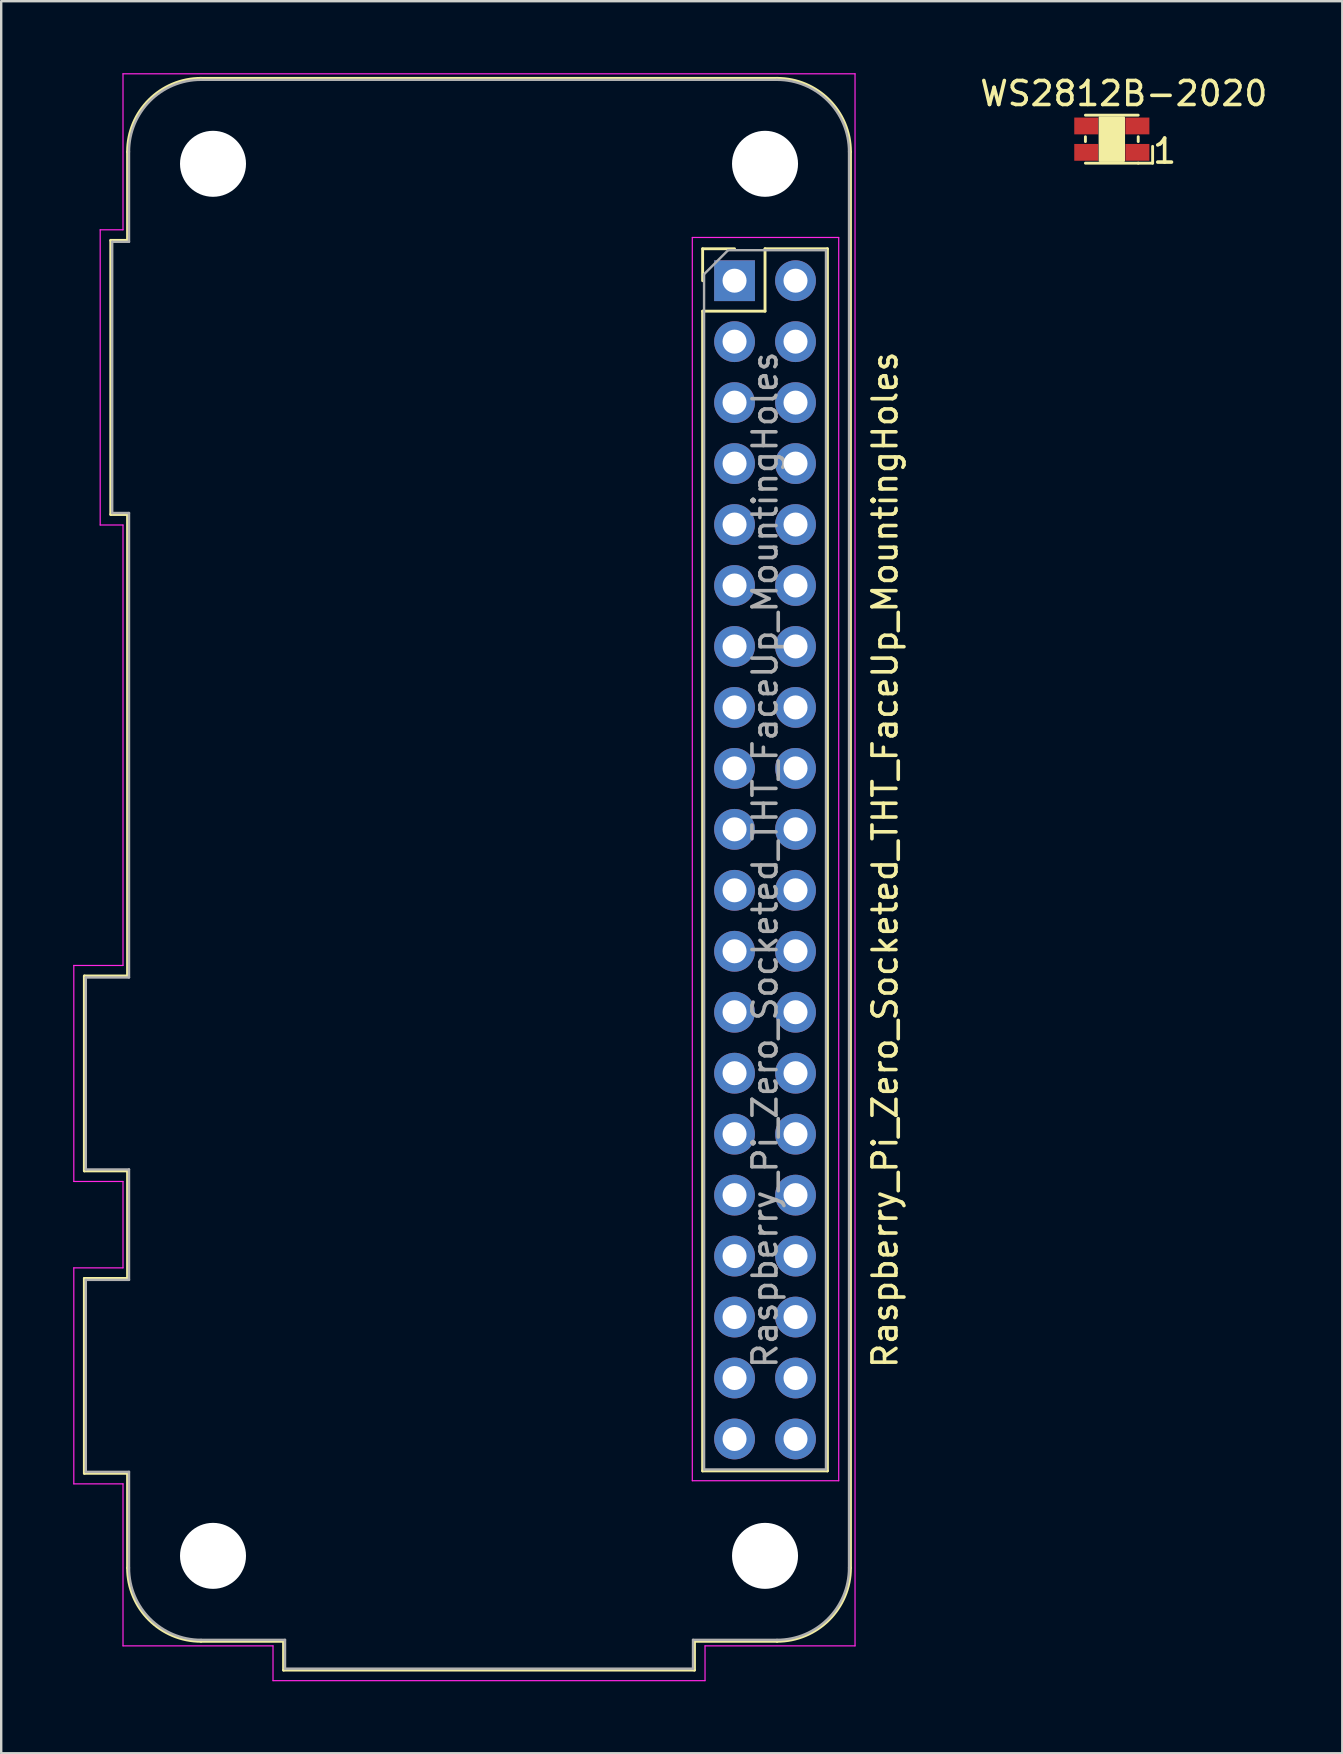
<source format=kicad_pcb>
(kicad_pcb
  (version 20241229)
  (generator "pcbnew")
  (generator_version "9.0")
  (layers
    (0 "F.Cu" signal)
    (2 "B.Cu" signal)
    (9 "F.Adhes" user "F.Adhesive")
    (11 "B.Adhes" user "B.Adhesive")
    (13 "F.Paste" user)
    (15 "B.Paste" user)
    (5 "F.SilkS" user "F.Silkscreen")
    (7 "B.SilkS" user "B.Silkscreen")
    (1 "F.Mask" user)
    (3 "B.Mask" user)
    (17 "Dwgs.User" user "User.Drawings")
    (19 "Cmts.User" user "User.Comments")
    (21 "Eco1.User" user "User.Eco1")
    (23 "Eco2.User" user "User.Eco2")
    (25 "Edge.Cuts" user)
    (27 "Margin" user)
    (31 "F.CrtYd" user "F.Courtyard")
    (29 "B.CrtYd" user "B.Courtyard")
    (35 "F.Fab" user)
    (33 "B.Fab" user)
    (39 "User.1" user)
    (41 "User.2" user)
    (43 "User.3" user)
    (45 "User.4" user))
  (footprint "WS2812B-2020"
    (layer "F.Cu")
    (at 43.274 2.748)
    (property "Reference" "WS2812B-2020" (at 0.5 -1.9 0) (layer "F.SilkS") (effects (font (size 1 1) (thickness 0.15))))
    (attr through_hole)
    (fp_line (start -1.1 -1) (end 1.1 -1) (stroke (width 0.12) (type solid)) (layer "F.SilkS"))
    (fp_line (start -1.1 0.1) (end -1.1 -0.1) (stroke (width 0.12) (type solid)) (layer "F.SilkS"))
    (fp_line (start 1.1 -0.1) (end 1.1 0.1) (stroke (width 0.12) (type solid)) (layer "F.SilkS"))
    (fp_line (start 1.1 1) (end -1.1 1) (stroke (width 0.12) (type solid)) (layer "F.SilkS"))
    (fp_line (start 1.1 1) (end 1.7 1) (stroke (width 0.12) (type solid)) (layer "F.SilkS"))
    (fp_line (start 1.7 1) (end 1.7 0.3) (stroke (width 0.12) (type solid)) (layer "F.SilkS"))
    (fp_poly (pts (xy 0.5 0.9) (xy -0.5 0.9) (xy -0.5 -0.9) (xy 0.5 -0.9)) (stroke (width 0.1) (type solid)) (fill yes) (layer "F.SilkS"))
    (fp_text user "1" (at 2.2 0.5 0) (layer "F.SilkS") (effects (font (size 1 1) (thickness 0.15))))
    (pad "1" smd rect (at 1.065 0.55) (size 1 0.7) (layers "F.Cu" "F.Mask" "F.Paste"))
    (pad "2" smd rect (at 1.065 -0.55) (size 1 0.7) (layers "F.Cu" "F.Mask" "F.Paste"))
    (pad "3" smd rect (at -1.065 -0.55) (size 1 0.7) (layers "F.Cu" "F.Mask" "F.Paste"))
    (pad "4" smd rect (at -1.065 0.55) (size 1 0.7) (layers "F.Cu" "F.Mask" "F.Paste")))
  (footprint "Raspberry_Pi_Zero_Socketed_THT_FaceUp_MountingHoles"
    (layer "F.Cu")
    (at 27.555 8.645)
    (property "Reference" "Raspberry_Pi_Zero_Socketed_THT_FaceUp_MountingHoles" (at 6.27 24.13 90) (layer "F.SilkS") (effects (font (size 1 1) (thickness 0.15))))
    (attr through_hole)
    (fp_line (start -27.09 28.97) (end -25.29 28.97) (stroke (width 0.12) (type solid)) (layer "F.SilkS"))
    (fp_line (start -27.09 37.09) (end -27.09 28.97) (stroke (width 0.12) (type solid)) (layer "F.SilkS"))
    (fp_line (start -27.09 41.57) (end -25.29 41.57) (stroke (width 0.12) (type solid)) (layer "F.SilkS"))
    (fp_line (start -27.09 49.69) (end -27.09 41.57) (stroke (width 0.12) (type solid)) (layer "F.SilkS"))
    (fp_line (start -25.99 -1.68) (end -25.29 -1.68) (stroke (width 0.12) (type solid)) (layer "F.SilkS"))
    (fp_line (start -25.99 9.74) (end -25.99 -1.68) (stroke (width 0.12) (type solid)) (layer "F.SilkS"))
    (fp_line (start -25.29 -1.68) (end -25.29 -5.37) (stroke (width 0.12) (type solid)) (layer "F.SilkS"))
    (fp_line (start -25.29 9.74) (end -25.99 9.74) (stroke (width 0.12) (type solid)) (layer "F.SilkS"))
    (fp_line (start -25.29 28.97) (end -25.29 9.74) (stroke (width 0.12) (type solid)) (layer "F.SilkS"))
    (fp_line (start -25.29 37.09) (end -27.09 37.09) (stroke (width 0.12) (type solid)) (layer "F.SilkS"))
    (fp_line (start -25.29 41.57) (end -25.29 37.09) (stroke (width 0.12) (type solid)) (layer "F.SilkS"))
    (fp_line (start -25.29 49.69) (end -27.09 49.69) (stroke (width 0.12) (type solid)) (layer "F.SilkS"))
    (fp_line (start -25.29 53.63) (end -25.29 49.69) (stroke (width 0.12) (type solid)) (layer "F.SilkS"))
    (fp_line (start -18.79 56.69) (end -22.23 56.69) (stroke (width 0.12) (type solid)) (layer "F.SilkS"))
    (fp_line (start -18.79 57.89) (end -18.79 56.69) (stroke (width 0.12) (type solid)) (layer "F.SilkS"))
    (fp_line (start -1.67 56.69) (end -1.67 57.89) (stroke (width 0.12) (type solid)) (layer "F.SilkS"))
    (fp_line (start -1.67 56.69) (end 1.77 56.69) (stroke (width 0.12) (type solid)) (layer "F.SilkS"))
    (fp_line (start -1.67 57.89) (end -18.79 57.89) (stroke (width 0.12) (type solid)) (layer "F.SilkS"))
    (fp_line (start -1.33 -1.33) (end -1.33 0) (stroke (width 0.12) (type solid)) (layer "F.SilkS"))
    (fp_line (start -1.33 1.27) (end -1.33 49.59) (stroke (width 0.12) (type solid)) (layer "F.SilkS"))
    (fp_line (start 0 -1.33) (end -1.33 -1.33) (stroke (width 0.12) (type solid)) (layer "F.SilkS"))
    (fp_line (start 1.27 -1.33) (end 1.27 1.27) (stroke (width 0.12) (type solid)) (layer "F.SilkS"))
    (fp_line (start 1.27 1.27) (end -1.33 1.27) (stroke (width 0.12) (type solid)) (layer "F.SilkS"))
    (fp_line (start 1.77 -8.43) (end -22.23 -8.43) (stroke (width 0.12) (type solid)) (layer "F.SilkS"))
    (fp_line (start 3.87 -1.33) (end 1.27 -1.33) (stroke (width 0.12) (type solid)) (layer "F.SilkS"))
    (fp_line (start 3.87 -1.33) (end 3.87 49.59) (stroke (width 0.12) (type solid)) (layer "F.SilkS"))
    (fp_line (start 3.87 49.59) (end -1.33 49.59) (stroke (width 0.12) (type solid)) (layer "F.SilkS"))
    (fp_line (start 4.83 53.63) (end 4.83 -5.37) (stroke (width 0.12) (type solid)) (layer "F.SilkS"))
    (fp_arc (start -25.29 -5.37) (mid -24.393747 -7.533747) (end -22.23 -8.43) (stroke (width 0.12) (type solid)) (layer "F.SilkS"))
    (fp_arc (start -22.23 56.69) (mid -24.393747 55.793747) (end -25.29 53.63) (stroke (width 0.12) (type solid)) (layer "F.SilkS"))
    (fp_arc (start 1.77 -8.43) (mid 3.933747 -7.533747) (end 4.83 -5.37) (stroke (width 0.12) (type solid)) (layer "F.SilkS"))
    (fp_arc (start 4.83 53.63) (mid 3.933747 55.793747) (end 1.77 56.69) (stroke (width 0.12) (type solid)) (layer "F.SilkS"))
    (fp_line (start -27.53 28.53) (end -25.48 28.53) (stroke (width 0.05) (type solid)) (layer "F.CrtYd"))
    (fp_line (start -27.53 37.53) (end -27.53 28.53) (stroke (width 0.05) (type solid)) (layer "F.CrtYd"))
    (fp_line (start -27.53 37.53) (end -25.48 37.53) (stroke (width 0.05) (type solid)) (layer "F.CrtYd"))
    (fp_line (start -27.53 41.13) (end -25.48 41.13) (stroke (width 0.05) (type solid)) (layer "F.CrtYd"))
    (fp_line (start -27.53 50.13) (end -27.53 41.13) (stroke (width 0.05) (type solid)) (layer "F.CrtYd"))
    (fp_line (start -27.53 50.13) (end -25.48 50.13) (stroke (width 0.05) (type solid)) (layer "F.CrtYd"))
    (fp_line (start -26.43 -2.12) (end -26.43 10.18) (stroke (width 0.05) (type solid)) (layer "F.CrtYd"))
    (fp_line (start -26.43 -2.12) (end -25.48 -2.12) (stroke (width 0.05) (type solid)) (layer "F.CrtYd"))
    (fp_line (start -26.43 10.18) (end -25.48 10.18) (stroke (width 0.05) (type solid)) (layer "F.CrtYd"))
    (fp_line (start -25.48 -2.12) (end -25.48 -8.62) (stroke (width 0.05) (type solid)) (layer "F.CrtYd"))
    (fp_line (start -25.48 28.53) (end -25.48 10.18) (stroke (width 0.05) (type solid)) (layer "F.CrtYd"))
    (fp_line (start -25.48 37.53) (end -25.48 41.13) (stroke (width 0.05) (type solid)) (layer "F.CrtYd"))
    (fp_line (start -25.48 50.13) (end -25.48 56.88) (stroke (width 0.05) (type solid)) (layer "F.CrtYd"))
    (fp_line (start -19.23 56.88) (end -25.48 56.88) (stroke (width 0.05) (type solid)) (layer "F.CrtYd"))
    (fp_line (start -19.23 58.33) (end -19.23 56.88) (stroke (width 0.05) (type solid)) (layer "F.CrtYd"))
    (fp_line (start -19.23 58.33) (end -1.23 58.33) (stroke (width 0.05) (type solid)) (layer "F.CrtYd"))
    (fp_line (start -1.76 -1.8) (end -1.76 50) (stroke (width 0.05) (type solid)) (layer "F.CrtYd"))
    (fp_line (start -1.76 50) (end 4.34 50) (stroke (width 0.05) (type solid)) (layer "F.CrtYd"))
    (fp_line (start -1.23 58.33) (end -1.23 56.88) (stroke (width 0.05) (type solid)) (layer "F.CrtYd"))
    (fp_line (start 4.34 -1.8) (end -1.76 -1.8) (stroke (width 0.05) (type solid)) (layer "F.CrtYd"))
    (fp_line (start 4.34 50) (end 4.34 -1.8) (stroke (width 0.05) (type solid)) (layer "F.CrtYd"))
    (fp_line (start 5.02 -8.62) (end -25.48 -8.62) (stroke (width 0.05) (type solid)) (layer "F.CrtYd"))
    (fp_line (start 5.02 56.88) (end -1.23 56.88) (stroke (width 0.05) (type solid)) (layer "F.CrtYd"))
    (fp_line (start 5.02 56.88) (end 5.02 -8.62) (stroke (width 0.05) (type solid)) (layer "F.CrtYd"))
    (fp_line (start -27.03 29.03) (end -25.23 29.03) (stroke (width 0.1) (type solid)) (layer "F.Fab"))
    (fp_line (start -27.03 37.03) (end -27.03 29.03) (stroke (width 0.1) (type solid)) (layer "F.Fab"))
    (fp_line (start -27.03 41.63) (end -25.23 41.63) (stroke (width 0.1) (type solid)) (layer "F.Fab"))
    (fp_line (start -27.03 49.63) (end -27.03 41.63) (stroke (width 0.1) (type solid)) (layer "F.Fab"))
    (fp_line (start -25.93 9.68) (end -25.93 -1.62) (stroke (width 0.1) (type solid)) (layer "F.Fab"))
    (fp_line (start -25.23 -1.62) (end -25.93 -1.62) (stroke (width 0.1) (type solid)) (layer "F.Fab"))
    (fp_line (start -25.23 -1.62) (end -25.23 -5.37) (stroke (width 0.1) (type solid)) (layer "F.Fab"))
    (fp_line (start -25.23 9.68) (end -25.93 9.68) (stroke (width 0.1) (type solid)) (layer "F.Fab"))
    (fp_line (start -25.23 29.03) (end -25.23 9.68) (stroke (width 0.1) (type solid)) (layer "F.Fab"))
    (fp_line (start -25.23 37.03) (end -27.03 37.03) (stroke (width 0.1) (type solid)) (layer "F.Fab"))
    (fp_line (start -25.23 41.63) (end -25.23 37.03) (stroke (width 0.1) (type solid)) (layer "F.Fab"))
    (fp_line (start -25.23 49.63) (end -27.03 49.63) (stroke (width 0.1) (type solid)) (layer "F.Fab"))
    (fp_line (start -25.23 49.63) (end -25.23 53.63) (stroke (width 0.1) (type solid)) (layer "F.Fab"))
    (fp_line (start -22.23 56.63) (end -18.73 56.63) (stroke (width 0.1) (type solid)) (layer "F.Fab"))
    (fp_line (start -18.73 56.63) (end -18.73 57.83) (stroke (width 0.1) (type solid)) (layer "F.Fab"))
    (fp_line (start -1.73 56.63) (end -1.73 57.83) (stroke (width 0.1) (type solid)) (layer "F.Fab"))
    (fp_line (start -1.73 57.83) (end -18.73 57.83) (stroke (width 0.1) (type solid)) (layer "F.Fab"))
    (fp_line (start -1.27 -0.27) (end -1.27 49.53) (stroke (width 0.1) (type solid)) (layer "F.Fab"))
    (fp_line (start -1.27 49.53) (end 3.81 49.53) (stroke (width 0.1) (type solid)) (layer "F.Fab"))
    (fp_line (start -0.27 -1.27) (end -1.27 -0.27) (stroke (width 0.1) (type solid)) (layer "F.Fab"))
    (fp_line (start 1.77 -8.37) (end -22.23 -8.37) (stroke (width 0.1) (type solid)) (layer "F.Fab"))
    (fp_line (start 1.77 56.63) (end -1.73 56.63) (stroke (width 0.1) (type solid)) (layer "F.Fab"))
    (fp_line (start 3.81 -1.27) (end -0.27 -1.27) (stroke (width 0.1) (type solid)) (layer "F.Fab"))
    (fp_line (start 3.81 49.53) (end 3.81 -1.27) (stroke (width 0.1) (type solid)) (layer "F.Fab"))
    (fp_line (start 4.77 53.63) (end 4.77 -5.37) (stroke (width 0.1) (type solid)) (layer "F.Fab"))
    (fp_arc (start -25.23 -5.37) (mid -24.35132 -7.49132) (end -22.23 -8.37) (stroke (width 0.1) (type solid)) (layer "F.Fab"))
    (fp_arc (start -22.23 56.63) (mid -24.35132 55.75132) (end -25.23 53.63) (stroke (width 0.1) (type solid)) (layer "F.Fab"))
    (fp_arc (start 1.77 -8.37) (mid 3.89132 -7.49132) (end 4.77 -5.37) (stroke (width 0.1) (type solid)) (layer "F.Fab"))
    (fp_arc (start 4.77 53.63) (mid 3.89132 55.75132) (end 1.77 56.63) (stroke (width 0.1) (type solid)) (layer "F.Fab"))
    (fp_text user "${REFERENCE}" (at 1.27 24.13 90) (layer "F.Fab") (effects (font (size 1 1) (thickness 0.15))))
    (pad "" np_thru_hole circle (at -21.73 -4.87 270) (size 2.75 2.75) (drill 2.75) (layers "*.Cu" "*.Mask"))
    (pad "" np_thru_hole circle (at -21.73 53.13 270) (size 2.75 2.75) (drill 2.75) (layers "*.Cu" "*.Mask"))
    (pad "" np_thru_hole circle (at 1.27 -4.87 270) (size 2.75 2.75) (drill 2.75) (layers "*.Cu" "*.Mask"))
    (pad "" np_thru_hole circle (at 1.27 53.13 270) (size 2.75 2.75) (drill 2.75) (layers "*.Cu" "*.Mask"))
    (pad "1" thru_hole rect (at 0 0) (size 1.7 1.7) (drill 1) (layers "*.Cu" "*.Mask"))
    (pad "2" thru_hole oval (at 2.54 0) (size 1.7 1.7) (drill 1) (layers "*.Cu" "*.Mask"))
    (pad "3" thru_hole oval (at 0 2.54) (size 1.7 1.7) (drill 1) (layers "*.Cu" "*.Mask"))
    (pad "4" thru_hole oval (at 2.54 2.54) (size 1.7 1.7) (drill 1) (layers "*.Cu" "*.Mask"))
    (pad "5" thru_hole oval (at 0 5.08) (size 1.7 1.7) (drill 1) (layers "*.Cu" "*.Mask"))
    (pad "6" thru_hole oval (at 2.54 5.08) (size 1.7 1.7) (drill 1) (layers "*.Cu" "*.Mask"))
    (pad "7" thru_hole oval (at 0 7.62) (size 1.7 1.7) (drill 1) (layers "*.Cu" "*.Mask"))
    (pad "8" thru_hole oval (at 2.54 7.62) (size 1.7 1.7) (drill 1) (layers "*.Cu" "*.Mask"))
    (pad "9" thru_hole oval (at 0 10.16) (size 1.7 1.7) (drill 1) (layers "*.Cu" "*.Mask"))
    (pad "10" thru_hole oval (at 2.54 10.16) (size 1.7 1.7) (drill 1) (layers "*.Cu" "*.Mask"))
    (pad "11" thru_hole oval (at 0 12.7) (size 1.7 1.7) (drill 1) (layers "*.Cu" "*.Mask"))
    (pad "12" thru_hole oval (at 2.54 12.7) (size 1.7 1.7) (drill 1) (layers "*.Cu" "*.Mask"))
    (pad "13" thru_hole oval (at 0 15.24) (size 1.7 1.7) (drill 1) (layers "*.Cu" "*.Mask"))
    (pad "14" thru_hole oval (at 2.54 15.24) (size 1.7 1.7) (drill 1) (layers "*.Cu" "*.Mask"))
    (pad "15" thru_hole oval (at 0 17.78) (size 1.7 1.7) (drill 1) (layers "*.Cu" "*.Mask"))
    (pad "16" thru_hole oval (at 2.54 17.78) (size 1.7 1.7) (drill 1) (layers "*.Cu" "*.Mask"))
    (pad "17" thru_hole oval (at 0 20.32) (size 1.7 1.7) (drill 1) (layers "*.Cu" "*.Mask"))
    (pad "18" thru_hole oval (at 2.54 20.32) (size 1.7 1.7) (drill 1) (layers "*.Cu" "*.Mask"))
    (pad "19" thru_hole oval (at 0 22.86) (size 1.7 1.7) (drill 1) (layers "*.Cu" "*.Mask"))
    (pad "20" thru_hole oval (at 2.54 22.86) (size 1.7 1.7) (drill 1) (layers "*.Cu" "*.Mask"))
    (pad "21" thru_hole oval (at 0 25.4) (size 1.7 1.7) (drill 1) (layers "*.Cu" "*.Mask"))
    (pad "22" thru_hole oval (at 2.54 25.4) (size 1.7 1.7) (drill 1) (layers "*.Cu" "*.Mask"))
    (pad "23" thru_hole oval (at 0 27.94) (size 1.7 1.7) (drill 1) (layers "*.Cu" "*.Mask"))
    (pad "24" thru_hole oval (at 2.54 27.94) (size 1.7 1.7) (drill 1) (layers "*.Cu" "*.Mask"))
    (pad "25" thru_hole oval (at 0 30.48) (size 1.7 1.7) (drill 1) (layers "*.Cu" "*.Mask"))
    (pad "26" thru_hole oval (at 2.54 30.48) (size 1.7 1.7) (drill 1) (layers "*.Cu" "*.Mask"))
    (pad "27" thru_hole oval (at 0 33.02) (size 1.7 1.7) (drill 1) (layers "*.Cu" "*.Mask"))
    (pad "28" thru_hole oval (at 2.54 33.02) (size 1.7 1.7) (drill 1) (layers "*.Cu" "*.Mask"))
    (pad "29" thru_hole oval (at 0 35.56) (size 1.7 1.7) (drill 1) (layers "*.Cu" "*.Mask"))
    (pad "30" thru_hole oval (at 2.54 35.56) (size 1.7 1.7) (drill 1) (layers "*.Cu" "*.Mask"))
    (pad "31" thru_hole oval (at 0 38.1) (size 1.7 1.7) (drill 1) (layers "*.Cu" "*.Mask"))
    (pad "32" thru_hole oval (at 2.54 38.1) (size 1.7 1.7) (drill 1) (layers "*.Cu" "*.Mask"))
    (pad "33" thru_hole oval (at 0 40.64) (size 1.7 1.7) (drill 1) (layers "*.Cu" "*.Mask"))
    (pad "34" thru_hole oval (at 2.54 40.64) (size 1.7 1.7) (drill 1) (layers "*.Cu" "*.Mask"))
    (pad "35" thru_hole oval (at 0 43.18) (size 1.7 1.7) (drill 1) (layers "*.Cu" "*.Mask"))
    (pad "36" thru_hole oval (at 2.54 43.18) (size 1.7 1.7) (drill 1) (layers "*.Cu" "*.Mask"))
    (pad "37" thru_hole oval (at 0 45.72) (size 1.7 1.7) (drill 1) (layers "*.Cu" "*.Mask"))
    (pad "38" thru_hole oval (at 2.54 45.72) (size 1.7 1.7) (drill 1) (layers "*.Cu" "*.Mask"))
    (pad "39" thru_hole oval (at 0 48.26) (size 1.7 1.7) (drill 1) (layers "*.Cu" "*.Mask"))
    (pad "40" thru_hole oval (at 2.54 48.26) (size 1.7 1.7) (drill 1) (layers "*.Cu" "*.Mask")))
  (gr_rect
    (start -3 -3)
    (end 52.876 70)
    (stroke (width 0.1) (type default))
    (fill no)
    (layer "Edge.Cuts")))
</source>
